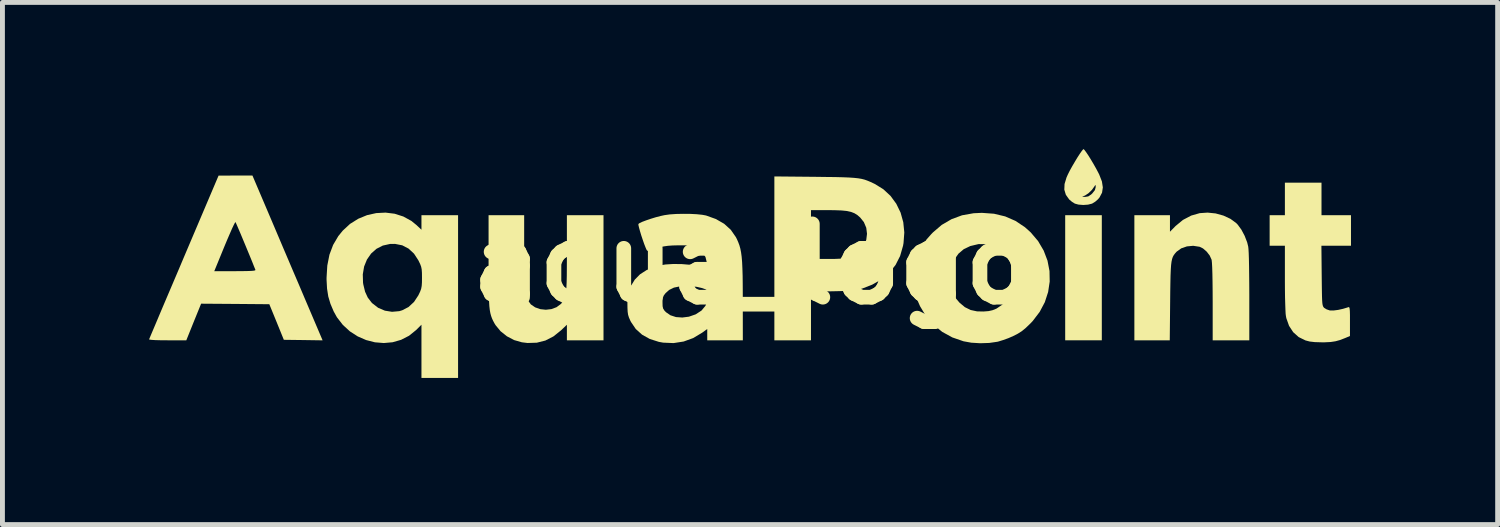
<source format=kicad_pcb>
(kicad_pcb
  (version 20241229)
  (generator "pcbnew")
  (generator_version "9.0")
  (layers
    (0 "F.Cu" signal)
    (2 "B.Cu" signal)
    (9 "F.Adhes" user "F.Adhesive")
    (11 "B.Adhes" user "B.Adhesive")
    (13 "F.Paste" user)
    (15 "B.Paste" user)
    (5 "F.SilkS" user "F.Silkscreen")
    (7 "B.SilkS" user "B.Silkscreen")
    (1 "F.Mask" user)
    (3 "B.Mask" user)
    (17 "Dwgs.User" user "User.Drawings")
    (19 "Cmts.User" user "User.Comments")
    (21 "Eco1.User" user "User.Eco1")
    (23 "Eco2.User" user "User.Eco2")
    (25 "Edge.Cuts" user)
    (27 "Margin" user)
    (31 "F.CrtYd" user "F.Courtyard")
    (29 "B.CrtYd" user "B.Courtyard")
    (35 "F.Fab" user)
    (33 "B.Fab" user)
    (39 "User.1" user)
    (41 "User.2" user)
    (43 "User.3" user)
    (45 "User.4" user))
  (footprint "aqua_logo"
    (layer "F.Cu")
    (at 12.353 2.351)
    (property "Reference" "aqua_logo" (at 0 0 0) (layer "F.SilkS") (effects (font (size 1.5 1.5) (thickness 0.3))))
    (attr board_only exclude_from_pos_files exclude_from_bom)
    (fp_poly (pts (xy 7.135 0.281) (xy 7.135 1.56) (xy 6.761 1.56) (xy 6.386 1.56) (xy 6.386 0.281) (xy 6.386 -0.999) (xy 6.761 -0.999) (xy 7.135 -0.999)) (stroke (width 0) (type solid)) (fill yes) (layer "F.SilkS"))
    (fp_poly (pts (xy 6.78 -2.334) (xy 6.815 -2.287) (xy 6.861 -2.219) (xy 6.913 -2.135) (xy 6.967 -2.044) (xy 7.019 -1.952) (xy 7.064 -1.867) (xy 7.082 -1.831) (xy 7.137 -1.69) (xy 7.156 -1.568) (xy 7.14 -1.46) (xy 7.088 -1.362) (xy 7.056 -1.324) (xy 7 -1.275) (xy 6.938 -1.237) (xy 6.933 -1.235) (xy 6.853 -1.215) (xy 6.754 -1.208) (xy 6.657 -1.216) (xy 6.584 -1.236) (xy 6.527 -1.271) (xy 6.47 -1.319) (xy 6.466 -1.324) (xy 6.429 -1.375) (xy 6.73 -1.375) (xy 6.799 -1.374) (xy 6.859 -1.384) (xy 6.915 -1.421) (xy 6.94 -1.444) (xy 6.994 -1.513) (xy 7.01 -1.574) (xy 7.008 -1.613) (xy 7 -1.614) (xy 6.986 -1.591) (xy 6.933 -1.517) (xy 6.863 -1.449) (xy 6.794 -1.403) (xy 6.792 -1.402) (xy 6.73 -1.375) (xy 6.429 -1.375) (xy 6.399 -1.418) (xy 6.368 -1.521) (xy 6.373 -1.637) (xy 6.413 -1.77) (xy 6.44 -1.831) (xy 6.48 -1.911) (xy 6.53 -2.001) (xy 6.584 -2.093) (xy 6.637 -2.181) (xy 6.687 -2.258) (xy 6.727 -2.315) (xy 6.754 -2.347) (xy 6.761 -2.351)) (stroke (width 0) (type solid)) (fill yes) (layer "F.SilkS"))
    (fp_poly (pts (xy 9.464 -1.035) (xy 9.623 -0.991) (xy 9.767 -0.924) (xy 9.885 -0.837) (xy 9.913 -0.808) (xy 9.989 -0.705) (xy 10.057 -0.577) (xy 10.109 -0.442) (xy 10.13 -0.356) (xy 10.135 -0.308) (xy 10.14 -0.224) (xy 10.144 -0.105) (xy 10.147 0.043) (xy 10.149 0.215) (xy 10.151 0.409) (xy 10.152 0.62) (xy 10.152 0.658) (xy 10.152 1.56) (xy 9.777 1.56) (xy 9.403 1.56) (xy 9.403 0.775) (xy 9.402 0.555) (xy 9.4 0.363) (xy 9.397 0.2) (xy 9.393 0.07) (xy 9.388 -0.024) (xy 9.382 -0.081) (xy 9.38 -0.09) (xy 9.342 -0.174) (xy 9.28 -0.254) (xy 9.205 -0.319) (xy 9.136 -0.353) (xy 9.004 -0.373) (xy 8.876 -0.361) (xy 8.76 -0.321) (xy 8.667 -0.254) (xy 8.66 -0.247) (xy 8.631 -0.214) (xy 8.607 -0.182) (xy 8.588 -0.147) (xy 8.573 -0.104) (xy 8.561 -0.048) (xy 8.552 0.024) (xy 8.546 0.116) (xy 8.541 0.233) (xy 8.538 0.379) (xy 8.535 0.559) (xy 8.533 0.764) (xy 8.525 1.56) (xy 8.163 1.56) (xy 7.801 1.56) (xy 7.801 0.281) (xy 7.801 -0.999) (xy 8.165 -0.999) (xy 8.529 -0.999) (xy 8.529 -0.83) (xy 8.529 -0.661) (xy 8.644 -0.778) (xy 8.794 -0.902) (xy 8.963 -0.991) (xy 9.138 -1.041) (xy 9.299 -1.052)) (stroke (width 0) (type solid)) (fill yes) (layer "F.SilkS"))
    (fp_poly (pts (xy -4.681 -0.273) (xy -4.68 -0.054) (xy -4.679 0.128) (xy -4.675 0.278) (xy -4.67 0.399) (xy -4.663 0.497) (xy -4.654 0.575) (xy -4.642 0.638) (xy -4.626 0.69) (xy -4.607 0.737) (xy -4.605 0.742) (xy -4.544 0.826) (xy -4.456 0.886) (xy -4.351 0.923) (xy -4.238 0.935) (xy -4.124 0.922) (xy -4.019 0.883) (xy -3.931 0.818) (xy -3.905 0.788) (xy -3.881 0.754) (xy -3.862 0.718) (xy -3.846 0.677) (xy -3.833 0.626) (xy -3.824 0.561) (xy -3.817 0.477) (xy -3.812 0.371) (xy -3.809 0.237) (xy -3.808 0.073) (xy -3.807 -0.127) (xy -3.807 -0.224) (xy -3.807 -0.999) (xy -3.432 -0.999) (xy -3.058 -0.999) (xy -3.058 0.281) (xy -3.058 1.56) (xy -3.432 1.56) (xy -3.807 1.56) (xy -3.807 1.401) (xy -3.807 1.242) (xy -3.928 1.357) (xy -4.083 1.481) (xy -4.247 1.565) (xy -4.422 1.609) (xy -4.612 1.615) (xy -4.727 1.601) (xy -4.885 1.556) (xy -5.034 1.478) (xy -5.164 1.374) (xy -5.266 1.25) (xy -5.29 1.211) (xy -5.317 1.16) (xy -5.339 1.112) (xy -5.357 1.062) (xy -5.372 1.007) (xy -5.384 0.942) (xy -5.393 0.863) (xy -5.399 0.765) (xy -5.404 0.646) (xy -5.407 0.501) (xy -5.408 0.325) (xy -5.409 0.115) (xy -5.409 -0.067) (xy -5.409 -0.999) (xy -5.045 -0.999) (xy -4.681 -0.999)) (stroke (width 0) (type solid)) (fill yes) (layer "F.SilkS"))
    (fp_poly (pts (xy -9.9 -1.014) (xy -9.814 -0.812) (xy -9.716 -0.581) (xy -9.61 -0.331) (xy -9.5 -0.073) (xy -9.391 0.183) (xy -9.286 0.428) (xy -9.191 0.652) (xy -9.183 0.671) (xy -8.804 1.561) (xy -9.2 1.555) (xy -9.597 1.55) (xy -9.745 1.186) (xy -9.894 0.822) (xy -10.592 0.816) (xy -11.289 0.811) (xy -11.441 1.185) (xy -11.592 1.56) (xy -11.976 1.56) (xy -12.117 1.559) (xy -12.227 1.556) (xy -12.305 1.551) (xy -12.347 1.545) (xy -12.353 1.54) (xy -12.344 1.518) (xy -12.32 1.461) (xy -12.282 1.371) (xy -12.231 1.251) (xy -12.169 1.104) (xy -12.097 0.933) (xy -12.015 0.74) (xy -11.925 0.529) (xy -11.828 0.301) (xy -11.762 0.146) (xy -11.02 0.146) (xy -10.594 0.146) (xy -10.445 0.145) (xy -10.333 0.143) (xy -10.255 0.14) (xy -10.206 0.135) (xy -10.182 0.128) (xy -10.178 0.12) (xy -10.209 0.043) (xy -10.248 -0.055) (xy -10.294 -0.167) (xy -10.344 -0.288) (xy -10.395 -0.411) (xy -10.445 -0.531) (xy -10.491 -0.641) (xy -10.531 -0.734) (xy -10.562 -0.806) (xy -10.581 -0.849) (xy -10.586 -0.858) (xy -10.598 -0.844) (xy -10.623 -0.796) (xy -10.659 -0.719) (xy -10.703 -0.618) (xy -10.755 -0.498) (xy -10.811 -0.364) (xy -11.02 0.146) (xy -11.762 0.146) (xy -11.726 0.061) (xy -11.639 -0.145) (xy -10.932 -1.809) (xy -10.585 -1.81) (xy -10.239 -1.81)) (stroke (width 0) (type solid)) (fill yes) (layer "F.SilkS"))
    (fp_poly (pts (xy 1.274 -1.784) (xy 1.497 -1.781) (xy 1.682 -1.779) (xy 1.836 -1.775) (xy 1.962 -1.77) (xy 2.065 -1.763) (xy 2.15 -1.754) (xy 2.221 -1.742) (xy 2.284 -1.726) (xy 2.342 -1.705) (xy 2.402 -1.68) (xy 2.466 -1.65) (xy 2.493 -1.637) (xy 2.666 -1.53) (xy 2.813 -1.394) (xy 2.931 -1.233) (xy 3.019 -1.052) (xy 3.074 -0.855) (xy 3.095 -0.646) (xy 3.079 -0.429) (xy 3.069 -0.373) (xy 3.009 -0.164) (xy 2.916 0.019) (xy 2.79 0.177) (xy 2.631 0.312) (xy 2.438 0.422) (xy 2.236 0.501) (xy 2.183 0.517) (xy 2.129 0.529) (xy 2.069 0.538) (xy 1.994 0.545) (xy 1.898 0.55) (xy 1.774 0.554) (xy 1.638 0.557) (xy 1.186 0.566) (xy 1.186 1.063) (xy 1.186 1.56) (xy 0.811 1.56) (xy 0.437 1.56) (xy 0.437 -0.116) (xy 0.437 -1.103) (xy 1.186 -1.103) (xy 1.186 -0.603) (xy 1.186 -0.104) (xy 1.525 -0.104) (xy 1.677 -0.105) (xy 1.794 -0.11) (xy 1.884 -0.118) (xy 1.954 -0.131) (xy 1.978 -0.138) (xy 2.1 -0.193) (xy 2.199 -0.276) (xy 2.271 -0.379) (xy 2.317 -0.495) (xy 2.332 -0.618) (xy 2.317 -0.741) (xy 2.268 -0.857) (xy 2.193 -0.951) (xy 2.136 -1.001) (xy 2.075 -1.039) (xy 2.006 -1.066) (xy 1.921 -1.085) (xy 1.813 -1.096) (xy 1.676 -1.101) (xy 1.536 -1.103) (xy 1.186 -1.103) (xy 0.437 -1.103) (xy 0.437 -1.792)) (stroke (width 0) (type solid)) (fill yes) (layer "F.SilkS"))
    (fp_poly (pts (xy 11.629 -1.331) (xy 11.629 -0.999) (xy 11.93 -0.999) (xy 12.232 -0.999) (xy 12.232 -0.686) (xy 12.232 -0.374) (xy 11.929 -0.374) (xy 11.627 -0.374) (xy 11.633 0.239) (xy 11.635 0.415) (xy 11.637 0.554) (xy 11.639 0.661) (xy 11.642 0.741) (xy 11.646 0.798) (xy 11.652 0.837) (xy 11.66 0.863) (xy 11.67 0.881) (xy 11.682 0.895) (xy 11.683 0.896) (xy 11.733 0.927) (xy 11.798 0.949) (xy 11.809 0.95) (xy 11.878 0.95) (xy 11.97 0.938) (xy 12.069 0.916) (xy 12.162 0.888) (xy 12.175 0.883) (xy 12.189 0.881) (xy 12.199 0.89) (xy 12.205 0.916) (xy 12.209 0.966) (xy 12.211 1.045) (xy 12.211 1.159) (xy 12.211 1.171) (xy 12.211 1.472) (xy 12.112 1.514) (xy 12.009 1.554) (xy 11.914 1.58) (xy 11.815 1.595) (xy 11.695 1.601) (xy 11.629 1.601) (xy 11.493 1.597) (xy 11.388 1.585) (xy 11.303 1.563) (xy 11.3 1.562) (xy 11.162 1.494) (xy 11.05 1.394) (xy 10.965 1.264) (xy 10.909 1.106) (xy 10.901 1.063) (xy 10.895 1.015) (xy 10.891 0.931) (xy 10.887 0.817) (xy 10.883 0.681) (xy 10.881 0.527) (xy 10.88 0.362) (xy 10.88 0.288) (xy 10.88 -0.374) (xy 10.724 -0.374) (xy 10.568 -0.374) (xy 10.568 -0.686) (xy 10.568 -0.999) (xy 10.724 -0.999) (xy 10.88 -0.999) (xy 10.88 -1.331) (xy 10.88 -1.664) (xy 11.254 -1.664) (xy 11.629 -1.664)) (stroke (width 0) (type solid)) (fill yes) (layer "F.SilkS"))
    (fp_poly (pts (xy -7.33 -1.029) (xy -7.152 -0.972) (xy -6.988 -0.882) (xy -6.886 -0.799) (xy -6.782 -0.702) (xy -6.782 -0.85) (xy -6.782 -0.999) (xy -6.407 -0.999) (xy -6.033 -0.999) (xy -6.033 0.666) (xy -6.033 2.33) (xy -6.407 2.33) (xy -6.782 2.33) (xy -6.782 1.785) (xy -6.782 1.241) (xy -6.891 1.35) (xy -7.036 1.467) (xy -7.198 1.55) (xy -7.372 1.6) (xy -7.552 1.616) (xy -7.734 1.601) (xy -7.914 1.555) (xy -8.086 1.48) (xy -8.246 1.377) (xy -8.389 1.246) (xy -8.511 1.089) (xy -8.577 0.97) (xy -8.643 0.815) (xy -8.688 0.664) (xy -8.713 0.504) (xy -8.723 0.32) (xy -8.723 0.281) (xy -8.719 0.211) (xy -7.982 0.211) (xy -7.977 0.382) (xy -7.971 0.419) (xy -7.935 0.567) (xy -7.88 0.686) (xy -7.801 0.789) (xy -7.787 0.803) (xy -7.668 0.895) (xy -7.53 0.954) (xy -7.384 0.977) (xy -7.236 0.964) (xy -7.176 0.946) (xy -7.046 0.879) (xy -6.934 0.775) (xy -6.845 0.64) (xy -6.84 0.629) (xy -6.808 0.562) (xy -6.788 0.506) (xy -6.777 0.449) (xy -6.772 0.377) (xy -6.771 0.279) (xy -6.772 0.181) (xy -6.777 0.11) (xy -6.788 0.055) (xy -6.808 0.001) (xy -6.84 -0.065) (xy -6.844 -0.074) (xy -6.934 -0.212) (xy -7.046 -0.316) (xy -7.175 -0.383) (xy -7.322 -0.412) (xy -7.423 -0.411) (xy -7.572 -0.378) (xy -7.703 -0.311) (xy -7.812 -0.214) (xy -7.897 -0.092) (xy -7.955 0.051) (xy -7.982 0.211) (xy -8.719 0.211) (xy -8.708 0.031) (xy -8.664 -0.192) (xy -8.589 -0.391) (xy -8.483 -0.571) (xy -8.391 -0.684) (xy -8.243 -0.821) (xy -8.075 -0.926) (xy -7.895 -1) (xy -7.707 -1.042) (xy -7.517 -1.052)) (stroke (width 0) (type solid)) (fill yes) (layer "F.SilkS"))
    (fp_poly (pts (xy 4.93 -1.029) (xy 5.159 -0.974) (xy 5.37 -0.882) (xy 5.563 -0.753) (xy 5.681 -0.647) (xy 5.832 -0.469) (xy 5.946 -0.275) (xy 6.024 -0.07) (xy 6.065 0.143) (xy 6.069 0.358) (xy 6.037 0.572) (xy 5.969 0.781) (xy 5.864 0.979) (xy 5.723 1.164) (xy 5.671 1.219) (xy 5.579 1.307) (xy 5.499 1.373) (xy 5.417 1.425) (xy 5.325 1.472) (xy 5.225 1.516) (xy 5.116 1.555) (xy 5.019 1.585) (xy 4.999 1.59) (xy 4.832 1.614) (xy 4.648 1.62) (xy 4.466 1.609) (xy 4.306 1.58) (xy 4.077 1.501) (xy 3.871 1.388) (xy 3.692 1.243) (xy 3.54 1.068) (xy 3.417 0.863) (xy 3.358 0.728) (xy 3.334 0.66) (xy 3.318 0.602) (xy 3.307 0.541) (xy 3.302 0.468) (xy 3.3 0.372) (xy 3.3 0.291) (xy 3.3 0.268) (xy 4.028 0.268) (xy 4.04 0.434) (xy 4.077 0.573) (xy 4.143 0.694) (xy 4.224 0.79) (xy 4.334 0.882) (xy 4.451 0.94) (xy 4.582 0.968) (xy 4.712 0.971) (xy 4.817 0.963) (xy 4.898 0.945) (xy 4.973 0.915) (xy 4.985 0.909) (xy 5.114 0.821) (xy 5.214 0.704) (xy 5.283 0.563) (xy 5.32 0.401) (xy 5.325 0.304) (xy 5.309 0.123) (xy 5.258 -0.037) (xy 5.175 -0.171) (xy 5.06 -0.28) (xy 5.045 -0.291) (xy 4.948 -0.343) (xy 4.834 -0.383) (xy 4.719 -0.407) (xy 4.619 -0.408) (xy 4.609 -0.407) (xy 4.445 -0.368) (xy 4.311 -0.304) (xy 4.203 -0.212) (xy 4.116 -0.088) (xy 4.095 -0.048) (xy 4.061 0.026) (xy 4.04 0.087) (xy 4.031 0.152) (xy 4.028 0.237) (xy 4.028 0.268) (xy 3.3 0.268) (xy 3.3 0.173) (xy 3.303 0.085) (xy 3.31 0.018) (xy 3.323 -0.04) (xy 3.342 -0.1) (xy 3.356 -0.138) (xy 3.415 -0.282) (xy 3.478 -0.4) (xy 3.552 -0.505) (xy 3.647 -0.612) (xy 3.681 -0.647) (xy 3.861 -0.801) (xy 4.06 -0.917) (xy 4.276 -0.997) (xy 4.512 -1.039) (xy 4.681 -1.047)) (stroke (width 0) (type solid)) (fill yes) (layer "F.SilkS"))
    (fp_poly (pts (xy -1.286 -1.026) (xy -1.15 -1.019) (xy -1.036 -1.007) (xy -0.961 -0.993) (xy -0.76 -0.921) (xy -0.591 -0.824) (xy -0.455 -0.701) (xy -0.352 -0.553) (xy -0.33 -0.511) (xy -0.302 -0.447) (xy -0.278 -0.383) (xy -0.259 -0.315) (xy -0.244 -0.238) (xy -0.232 -0.149) (xy -0.223 -0.042) (xy -0.217 0.087) (xy -0.212 0.242) (xy -0.21 0.429) (xy -0.209 0.65) (xy -0.209 0.754) (xy -0.208 1.56) (xy -0.572 1.56) (xy -0.936 1.56) (xy -0.936 1.444) (xy -0.936 1.328) (xy -1.038 1.403) (xy -1.223 1.514) (xy -1.419 1.585) (xy -1.625 1.617) (xy -1.837 1.608) (xy -1.926 1.592) (xy -2.111 1.533) (xy -2.269 1.445) (xy -2.398 1.329) (xy -2.495 1.186) (xy -2.511 1.155) (xy -2.538 1.093) (xy -2.555 1.038) (xy -2.564 0.977) (xy -2.568 0.898) (xy -2.569 0.811) (xy -2.569 0.791) (xy -1.851 0.791) (xy -1.849 0.863) (xy -1.838 0.911) (xy -1.812 0.952) (xy -1.779 0.986) (xy -1.689 1.048) (xy -1.575 1.085) (xy -1.446 1.094) (xy -1.311 1.077) (xy -1.178 1.031) (xy -1.171 1.028) (xy -1.054 0.952) (xy -0.973 0.855) (xy -0.927 0.739) (xy -0.919 0.607) (xy -0.919 0.607) (xy -0.926 0.563) (xy -0.942 0.535) (xy -0.979 0.514) (xy -1.04 0.492) (xy -1.153 0.466) (xy -1.293 0.452) (xy -1.342 0.45) (xy -1.495 0.457) (xy -1.617 0.482) (xy -1.714 0.529) (xy -1.788 0.595) (xy -1.825 0.643) (xy -1.844 0.689) (xy -1.851 0.751) (xy -1.851 0.791) (xy -2.569 0.791) (xy -2.568 0.71) (xy -2.564 0.637) (xy -2.554 0.581) (xy -2.535 0.527) (xy -2.506 0.464) (xy -2.501 0.454) (xy -2.418 0.319) (xy -2.311 0.21) (xy -2.177 0.124) (xy -2.01 0.057) (xy -1.925 0.032) (xy -1.792 0.009) (xy -1.632 -0.001) (xy -1.456 0.001) (xy -1.278 0.016) (xy -1.109 0.041) (xy -0.97 0.076) (xy -0.947 0.079) (xy -0.937 0.064) (xy -0.937 0.022) (xy -0.941 -0.018) (xy -0.972 -0.143) (xy -1.038 -0.246) (xy -1.136 -0.324) (xy -1.158 -0.336) (xy -1.205 -0.356) (xy -1.25 -0.37) (xy -1.303 -0.379) (xy -1.375 -0.382) (xy -1.475 -0.383) (xy -1.519 -0.383) (xy -1.643 -0.38) (xy -1.74 -0.373) (xy -1.824 -0.361) (xy -1.908 -0.341) (xy -1.961 -0.325) (xy -2.043 -0.301) (xy -2.111 -0.282) (xy -2.153 -0.272) (xy -2.162 -0.27) (xy -2.176 -0.289) (xy -2.198 -0.339) (xy -2.226 -0.411) (xy -2.256 -0.497) (xy -2.286 -0.587) (xy -2.312 -0.674) (xy -2.332 -0.747) (xy -2.344 -0.799) (xy -2.344 -0.819) (xy -2.32 -0.838) (xy -2.264 -0.864) (xy -2.184 -0.894) (xy -2.09 -0.926) (xy -1.989 -0.957) (xy -1.889 -0.983) (xy -1.81 -1) (xy -1.704 -1.015) (xy -1.574 -1.024) (xy -1.431 -1.027)) (stroke (width 0) (type solid)) (fill yes) (layer "F.SilkS")))
  (gr_rect
    (start -3 -3)
    (end 27.585 7.681)
    (stroke (width 0.1) (type default))
    (fill no)
    (layer "Edge.Cuts")))
</source>
